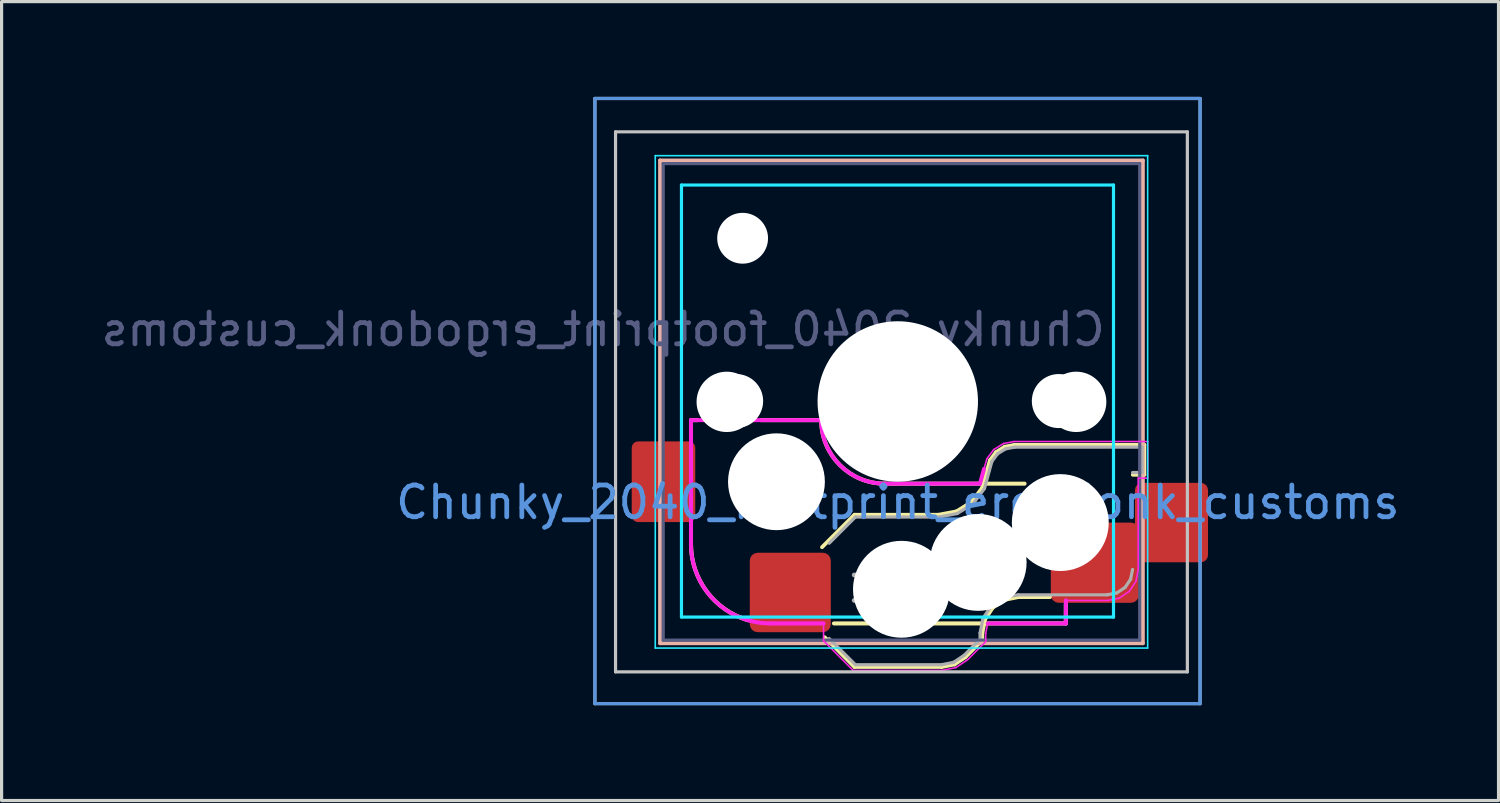
<source format=kicad_pcb>
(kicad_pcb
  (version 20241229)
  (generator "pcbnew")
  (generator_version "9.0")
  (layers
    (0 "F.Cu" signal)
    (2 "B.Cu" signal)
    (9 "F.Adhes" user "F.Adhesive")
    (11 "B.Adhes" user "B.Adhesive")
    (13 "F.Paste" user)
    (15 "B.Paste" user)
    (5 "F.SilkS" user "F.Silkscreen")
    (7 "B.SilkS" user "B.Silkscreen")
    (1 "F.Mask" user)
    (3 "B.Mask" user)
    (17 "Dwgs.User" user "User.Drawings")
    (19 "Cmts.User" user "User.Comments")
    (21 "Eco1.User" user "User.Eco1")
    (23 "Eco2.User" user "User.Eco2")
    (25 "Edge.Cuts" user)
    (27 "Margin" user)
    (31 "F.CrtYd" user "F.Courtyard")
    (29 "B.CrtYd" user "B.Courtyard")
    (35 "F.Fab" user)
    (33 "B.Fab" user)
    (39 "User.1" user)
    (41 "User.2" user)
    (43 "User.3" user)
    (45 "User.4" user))
  (footprint "Chunky_2040_footprint_ergodonk_customs"
    (layer "F.Cu")
    (at 25.211 9.588)
    (property "Reference" "Chunky_2040_footprint_ergodonk_customs" (at 0 3.175 0) (layer "Cmts.User") (effects (font (size 1 1) (thickness 0.15))))
    (attr smd)
    (fp_line (start -6.509 4.487) (end -6.509 3.887) (stroke (width 0.12) (type solid)) (layer "F.SilkS"))
    (fp_line (start -6.509 0.587) (end -6.309 0.587) (stroke (width 0.127) (type solid)) (layer "F.SilkS"))
    (fp_line (start -4.309 0.587) (end -2.409 0.587) (stroke (width 0.127) (type solid)) (layer "F.SilkS"))
    (fp_line (start -2.3 7.421) (end -1.363 8.358) (stroke (width 0.12) (type solid)) (layer "F.SilkS"))
    (fp_line (start -1.363 8.358) (end 1.384 8.358) (stroke (width 0.12) (type solid)) (layer "F.SilkS"))
    (fp_line (start -1.363 3.566) (end -2.384 4.587) (stroke (width 0.12) (type solid)) (layer "F.SilkS"))
    (fp_line (start -0.409 2.587) (end 3.991 2.587) (stroke (width 0.127) (type solid)) (layer "F.SilkS"))
    (fp_line (start 1.284 3.566) (end -1.363 3.566) (stroke (width 0.12) (type solid)) (layer "F.SilkS"))
    (fp_line (start 1.384 8.358) (end 1.787 8.278) (stroke (width 0.12) (type solid)) (layer "F.SilkS"))
    (fp_line (start 1.787 8.278) (end 2.129 8.049) (stroke (width 0.12) (type solid)) (layer "F.SilkS"))
    (fp_line (start 1.846 3.461) (end 1.284 3.566) (stroke (width 0.12) (type solid)) (layer "F.SilkS"))
    (fp_line (start 2.129 8.049) (end 2.662 7.516) (stroke (width 0.12) (type solid)) (layer "F.SilkS"))
    (fp_line (start 2.325 3.162) (end 1.846 3.461) (stroke (width 0.12) (type solid)) (layer "F.SilkS"))
    (fp_line (start 2.662 7.516) (end 2.662 7.294) (stroke (width 0.12) (type solid)) (layer "F.SilkS"))
    (fp_line (start 2.662 7.294) (end 2.749 6.856) (stroke (width 0.12) (type solid)) (layer "F.SilkS"))
    (fp_line (start 2.663 2.709) (end 2.325 3.162) (stroke (width 0.12) (type solid)) (layer "F.SilkS"))
    (fp_line (start 2.749 6.856) (end 2.993 6.489) (stroke (width 0.12) (type solid)) (layer "F.SilkS"))
    (fp_line (start 2.817 2.151) (end 2.663 2.709) (stroke (width 0.12) (type solid)) (layer "F.SilkS"))
    (fp_line (start 2.899 1.853) (end 2.817 2.151) (stroke (width 0.12) (type solid)) (layer "F.SilkS"))
    (fp_line (start 2.993 6.489) (end 3.36 6.245) (stroke (width 0.12) (type solid)) (layer "F.SilkS"))
    (fp_line (start 3.092 1.595) (end 2.899 1.853) (stroke (width 0.12) (type solid)) (layer "F.SilkS"))
    (fp_line (start 3.36 6.245) (end 3.798 6.158) (stroke (width 0.12) (type solid)) (layer "F.SilkS"))
    (fp_line (start 3.366 1.425) (end 3.092 1.595) (stroke (width 0.12) (type solid)) (layer "F.SilkS"))
    (fp_line (start 3.676 1.366) (end 3.366 1.425) (stroke (width 0.12) (type solid)) (layer "F.SilkS"))
    (fp_line (start 3.798 6.158) (end 4.791 6.158) (stroke (width 0.12) (type solid)) (layer "F.SilkS"))
    (fp_line (start 5.291 6.987) (end -2.009 6.987) (stroke (width 0.127) (type solid)) (layer "F.SilkS"))
    (fp_line (start 5.291 6.987) (end 5.291 6.387) (stroke (width 0.127) (type solid)) (layer "F.SilkS"))
    (fp_line (start 7.399 2.308) (end 7.762 2.308) (stroke (width 0.12) (type solid)) (layer "F.SilkS"))
    (fp_line (start 7.762 1.366) (end 3.676 1.366) (stroke (width 0.12) (type solid)) (layer "F.SilkS"))
    (fp_line (start 7.762 2.308) (end 7.762 1.366) (stroke (width 0.12) (type solid)) (layer "F.SilkS"))
    (fp_arc (start -4.709287 6.887307) (mid -6.009287 5.987306) (end -6.50929 4.487306) (stroke (width 0.127) (type solid)) (layer "F.SilkS"))
    (fp_arc (start -0.40929 2.587305) (mid -1.823502 2.00152) (end -2.409289 0.587309) (stroke (width 0.127) (type solid)) (layer "F.SilkS"))
    (fp_line (start -7.484 -7.588) (end 7.716 -7.588) (stroke (width 0.12) (type solid)) (layer "B.SilkS"))
    (fp_line (start -7.484 7.612) (end -7.484 -7.588) (stroke (width 0.12) (type solid)) (layer "B.SilkS"))
    (fp_line (start 7.716 -7.588) (end 7.716 7.612) (stroke (width 0.12) (type solid)) (layer "B.SilkS"))
    (fp_line (start 7.716 7.612) (end -7.484 7.612) (stroke (width 0.12) (type solid)) (layer "B.SilkS"))
    (fp_line (start -9.534 -9.538) (end -9.534 9.512) (stroke (width 0.1) (type solid)) (layer "Dwgs.User"))
    (fp_line (start -8.884 8.512) (end -8.884 -8.488) (stroke (width 0.1) (type solid)) (layer "Dwgs.User"))
    (fp_line (start -8.884 -8.488) (end 9.116 -8.488) (stroke (width 0.1) (type solid)) (layer "Dwgs.User"))
    (fp_line (start 9.116 -8.488) (end 9.116 8.512) (stroke (width 0.1) (type solid)) (layer "Dwgs.User"))
    (fp_line (start 9.116 8.512) (end -8.884 8.512) (stroke (width 0.1) (type solid)) (layer "Dwgs.User"))
    (fp_line (start 9.516 9.512) (end -9.534 9.512) (stroke (width 0.1) (type solid)) (layer "Dwgs.User"))
    (fp_line (start 9.516 9.512) (end 9.516 -9.538) (stroke (width 0.1) (type solid)) (layer "Dwgs.User"))
    (fp_line (start 9.516 -9.538) (end -9.534 -9.538) (stroke (width 0.1) (type solid)) (layer "Dwgs.User"))
    (fp_line (start -9.534 -9.538) (end -9.534 9.512) (stroke (width 0.1) (type solid)) (layer "Cmts.User"))
    (fp_line (start 9.516 9.512) (end -9.534 9.512) (stroke (width 0.1) (type solid)) (layer "Cmts.User"))
    (fp_line (start 9.516 9.512) (end 9.516 -9.538) (stroke (width 0.1) (type solid)) (layer "Cmts.User"))
    (fp_line (start 9.516 -9.538) (end -9.534 -9.538) (stroke (width 0.1) (type solid)) (layer "Cmts.User"))
    (fp_line (start -7.134 7.262) (end -7.134 -7.238) (stroke (width 0.1) (type solid)) (layer "Eco1.User"))
    (fp_line (start -7.134 -7.238) (end 7.366 -7.238) (stroke (width 0.1) (type solid)) (layer "Eco1.User"))
    (fp_line (start -7.009 6.487) (end -7.009 -6.513) (stroke (width 0.1) (type solid)) (layer "Eco1.User"))
    (fp_line (start -6.509 -7.013) (end 6.491 -7.013) (stroke (width 0.1) (type solid)) (layer "Eco1.User"))
    (fp_line (start 6.491 6.987) (end -6.509 6.987) (stroke (width 0.1) (type solid)) (layer "Eco1.User"))
    (fp_line (start 6.991 -6.513) (end 6.991 6.487) (stroke (width 0.1) (type solid)) (layer "Eco1.User"))
    (fp_line (start 7.366 -7.238) (end 7.366 7.262) (stroke (width 0.1) (type solid)) (layer "Eco1.User"))
    (fp_line (start 7.366 7.262) (end -7.134 7.262) (stroke (width 0.1) (type solid)) (layer "Eco1.User"))
    (fp_arc (start -7.009284 -6.512692) (mid -6.862838 -6.866244) (end -6.509289 -7.012695) (stroke (width 0.1) (type solid)) (layer "Eco1.User"))
    (fp_arc (start -6.509286 6.987304) (mid -6.862838 6.840857) (end -7.009287 6.487307) (stroke (width 0.1) (type solid)) (layer "Eco1.User"))
    (fp_arc (start 6.490708 -7.012692) (mid 6.844252 -6.866243) (end 6.990715 -6.512696) (stroke (width 0.1) (type solid)) (layer "Eco1.User"))
    (fp_arc (start 6.990712 6.487304) (mid 6.844266 6.840858) (end 6.490716 6.987309) (stroke (width 0.1) (type solid)) (layer "Eco1.User"))
    (fp_line (start -7.634 -7.738) (end 7.866 -7.738) (stroke (width 0.05) (type solid)) (layer "B.CrtYd"))
    (fp_line (start -7.634 7.762) (end -7.634 -7.738) (stroke (width 0.05) (type solid)) (layer "B.CrtYd"))
    (fp_line (start -6.809 -6.813) (end -6.809 6.787) (stroke (width 0.1) (type solid)) (layer "B.CrtYd"))
    (fp_line (start -6.809 -6.813) (end 6.791 -6.813) (stroke (width 0.1) (type solid)) (layer "B.CrtYd"))
    (fp_line (start 6.791 6.787) (end -6.809 6.787) (stroke (width 0.1) (type solid)) (layer "B.CrtYd"))
    (fp_line (start 6.791 6.787) (end 6.791 -6.813) (stroke (width 0.1) (type solid)) (layer "B.CrtYd"))
    (fp_line (start 7.866 7.762) (end -7.634 7.762) (stroke (width 0.05) (type solid)) (layer "B.CrtYd"))
    (fp_line (start 7.866 -7.738) (end 7.866 7.762) (stroke (width 0.05) (type solid)) (layer "B.CrtYd"))
    (fp_line (start -6.509 4.487) (end -6.509 0.587) (stroke (width 0.127) (type solid)) (layer "F.CrtYd"))
    (fp_line (start -6.509 0.587) (end -2.409 0.587) (stroke (width 0.127) (type solid)) (layer "F.CrtYd"))
    (fp_line (start -2.336 6.987) (end -4.009 6.987) (stroke (width 0.127) (type solid)) (layer "F.CrtYd"))
    (fp_line (start -2.336 7.535) (end -2.336 6.98) (stroke (width 0.05) (type default)) (layer "F.CrtYd"))
    (fp_line (start -2.336 7.535) (end -1.407 8.464) (stroke (width 0.05) (type solid)) (layer "F.CrtYd"))
    (fp_line (start -1.407 8.464) (end 1.394 8.464) (stroke (width 0.05) (type solid)) (layer "F.CrtYd"))
    (fp_line (start -0.409 2.587) (end 2.59 2.587) (stroke (width 0.127) (type solid)) (layer "F.CrtYd"))
    (fp_line (start 1.394 8.464) (end 1.828 8.378) (stroke (width 0.05) (type solid)) (layer "F.CrtYd"))
    (fp_line (start 1.828 8.378) (end 2.197 8.131) (stroke (width 0.05) (type solid)) (layer "F.CrtYd"))
    (fp_line (start 2.197 8.131) (end 2.768 7.56) (stroke (width 0.05) (type solid)) (layer "F.CrtYd"))
    (fp_line (start 2.715 2.123) (end 2.59 2.58) (stroke (width 0.127) (type solid)) (layer "F.CrtYd"))
    (fp_line (start 2.768 7.304) (end 2.832 6.98) (stroke (width 0.05) (type solid)) (layer "F.CrtYd"))
    (fp_line (start 2.768 7.56) (end 2.768 7.304) (stroke (width 0.05) (type solid)) (layer "F.CrtYd"))
    (fp_line (start 2.803 1.806) (end 2.715 2.123) (stroke (width 0.05) (type solid)) (layer "F.CrtYd"))
    (fp_line (start 3.019 1.515) (end 2.803 1.806) (stroke (width 0.05) (type solid)) (layer "F.CrtYd"))
    (fp_line (start 3.327 1.324) (end 3.019 1.515) (stroke (width 0.05) (type solid)) (layer "F.CrtYd"))
    (fp_line (start 3.666 1.26) (end 3.327 1.324) (stroke (width 0.05) (type solid)) (layer "F.CrtYd"))
    (fp_line (start 5.29 6.264) (end 6.608 6.264) (stroke (width 0.05) (type solid)) (layer "F.CrtYd"))
    (fp_line (start 5.29 6.987) (end 5.291 6.264) (stroke (width 0.127) (type solid)) (layer "F.CrtYd"))
    (fp_line (start 5.291 6.987) (end 2.832 6.987) (stroke (width 0.127) (type solid)) (layer "F.CrtYd"))
    (fp_line (start 6.608 6.264) (end 6.966 6.193) (stroke (width 0.05) (type solid)) (layer "F.CrtYd"))
    (fp_line (start 6.966 6.193) (end 7.284 5.98) (stroke (width 0.05) (type solid)) (layer "F.CrtYd"))
    (fp_line (start 7.284 5.98) (end 7.497 5.662) (stroke (width 0.05) (type solid)) (layer "F.CrtYd"))
    (fp_line (start 7.497 5.662) (end 7.568 5.304) (stroke (width 0.05) (type solid)) (layer "F.CrtYd"))
    (fp_line (start 7.568 2.414) (end 7.868 2.414) (stroke (width 0.05) (type solid)) (layer "F.CrtYd"))
    (fp_line (start 7.568 5.304) (end 7.568 2.414) (stroke (width 0.05) (type solid)) (layer "F.CrtYd"))
    (fp_line (start 7.868 1.26) (end 3.666 1.26) (stroke (width 0.05) (type solid)) (layer "F.CrtYd"))
    (fp_line (start 7.868 2.414) (end 7.868 1.26) (stroke (width 0.05) (type solid)) (layer "F.CrtYd"))
    (fp_arc (start -4.009287 6.987305) (mid -5.777053 6.255071) (end -6.50929 4.487306) (stroke (width 0.127) (type solid)) (layer "F.CrtYd"))
    (fp_arc (start -0.40929 2.587305) (mid -1.823502 2.00152) (end -2.409289 0.587309) (stroke (width 0.127) (type solid)) (layer "F.CrtYd"))
    (fp_line (start -7.384 -7.488) (end 7.616 -7.488) (stroke (width 0.1) (type solid)) (layer "B.Fab"))
    (fp_line (start -7.384 7.512) (end -7.384 -7.488) (stroke (width 0.1) (type solid)) (layer "B.Fab"))
    (fp_line (start 7.616 7.512) (end -7.384 7.512) (stroke (width 0.1) (type solid)) (layer "B.Fab"))
    (fp_line (start 7.616 -7.488) (end 7.616 7.512) (stroke (width 0.1) (type solid)) (layer "B.Fab"))
    (fp_line (start -2.159 7.462) (end -1.334 8.287) (stroke (width 0.1) (type solid)) (layer "F.Fab"))
    (fp_line (start -1.334 3.637) (end -2.159 4.462) (stroke (width 0.1) (type solid)) (layer "F.Fab"))
    (fp_line (start -1.334 8.287) (end 1.377 8.287) (stroke (width 0.1) (type solid)) (layer "F.Fab"))
    (fp_line (start 1.291 3.637) (end -1.334 3.637) (stroke (width 0.1) (type solid)) (layer "F.Fab"))
    (fp_line (start 1.377 8.287) (end 1.759 8.211) (stroke (width 0.1) (type solid)) (layer "F.Fab"))
    (fp_line (start 1.759 8.211) (end 2.084 7.994) (stroke (width 0.1) (type solid)) (layer "F.Fab"))
    (fp_line (start 1.872 3.528) (end 1.291 3.637) (stroke (width 0.1) (type solid)) (layer "F.Fab"))
    (fp_line (start 2.084 7.994) (end 2.591 7.487) (stroke (width 0.1) (type solid)) (layer "F.Fab"))
    (fp_line (start 2.374 3.215) (end 1.872 3.528) (stroke (width 0.1) (type solid)) (layer "F.Fab"))
    (fp_line (start 2.591 7.487) (end 2.591 7.287) (stroke (width 0.1) (type solid)) (layer "F.Fab"))
    (fp_line (start 2.591 7.287) (end 2.682 6.828) (stroke (width 0.1) (type solid)) (layer "F.Fab"))
    (fp_line (start 2.682 6.828) (end 2.942 6.438) (stroke (width 0.1) (type solid)) (layer "F.Fab"))
    (fp_line (start 2.728 2.741) (end 2.374 3.215) (stroke (width 0.1) (type solid)) (layer "F.Fab"))
    (fp_line (start 2.885 2.17) (end 2.728 2.741) (stroke (width 0.1) (type solid)) (layer "F.Fab"))
    (fp_line (start 2.942 6.438) (end 3.332 6.178) (stroke (width 0.1) (type solid)) (layer "F.Fab"))
    (fp_line (start 2.964 1.885) (end 2.885 2.17) (stroke (width 0.1) (type solid)) (layer "F.Fab"))
    (fp_line (start 3.141 1.648) (end 2.964 1.885) (stroke (width 0.1) (type solid)) (layer "F.Fab"))
    (fp_line (start 3.332 6.178) (end 3.791 6.087) (stroke (width 0.1) (type solid)) (layer "F.Fab"))
    (fp_line (start 3.392 1.492) (end 3.141 1.648) (stroke (width 0.1) (type solid)) (layer "F.Fab"))
    (fp_line (start 3.683 1.437) (end 3.392 1.492) (stroke (width 0.1) (type solid)) (layer "F.Fab"))
    (fp_line (start 3.791 6.087) (end 6.591 6.087) (stroke (width 0.1) (type solid)) (layer "F.Fab"))
    (fp_line (start 6.591 6.087) (end 6.897 6.026) (stroke (width 0.1) (type solid)) (layer "F.Fab"))
    (fp_line (start 6.897 6.026) (end 7.157 5.853) (stroke (width 0.1) (type solid)) (layer "F.Fab"))
    (fp_line (start 7.157 5.853) (end 7.33 5.593) (stroke (width 0.1) (type solid)) (layer "F.Fab"))
    (fp_line (start 7.33 5.593) (end 7.391 5.287) (stroke (width 0.1) (type solid)) (layer "F.Fab"))
    (fp_line (start 7.391 2.237) (end 7.691 2.237) (stroke (width 0.1) (type solid)) (layer "F.Fab"))
    (fp_line (start 7.691 2.237) (end 7.691 1.437) (stroke (width 0.1) (type solid)) (layer "F.Fab"))
    (fp_line (start 7.691 1.437) (end 3.683 1.437) (stroke (width 0.1) (type solid)) (layer "F.Fab"))
    (fp_text user "${REFERENCE}" (at 6.61 -2.27 0) (layer "B.Fab") (effects (font (size 1 1) (thickness 0.15)) (justify left mirror)))
    (fp_text user "HOLE" (at 0 5.9 0) (layer "F.Fab") (effects (font (size 0.8 0.8) (thickness 0.15)) (justify mirror)))
    (pad "" np_thru_hole circle (at -5.384 0.012 180) (size 1.9 1.9) (drill 1.9) (layers "*.Cu" "*.Mask"))
    (pad "" np_thru_hole circle (at -5.089 -0.013 180) (size 1.702 1.702) (drill 1.702) (layers "*.Cu" "*.Mask"))
    (pad "" np_thru_hole circle (at -4.884 -5.138 180) (size 1.6 1.6) (drill 1.6) (layers "*.Cu" "*.Mask"))
    (pad "" np_thru_hole circle (at -3.819 2.527 270) (size 3.048 3.048) (drill 3.048) (layers "*.Cu" "*.Mask"))
    (pad "" np_thru_hole circle (at 0 0 180) (size 5.05 5.05) (drill 5.05) (layers "*.Cu" "*.Mask"))
    (pad "" np_thru_hole circle (at 0.116 5.912 180) (size 3.05 3.05) (drill 3.05) (layers "*.Cu" "*.Mask"))
    (pad "" np_thru_hole circle (at 2.531 5.067 180) (size 3.048 3.048) (drill 3.048) (layers "*.Cu" "*.Mask"))
    (pad "" np_thru_hole circle (at 5.071 -0.013 180) (size 1.702 1.702) (drill 1.702) (layers "*.Cu" "*.Mask"))
    (pad "" np_thru_hole circle (at 5.116 3.812 180) (size 3.05 3.05) (drill 3.05) (layers "*.Cu" "*.Mask"))
    (pad "" np_thru_hole circle (at 5.616 0.012 180) (size 1.9 1.9) (drill 1.9) (layers "*.Cu" "*.Mask"))
    (pad "5" smd roundrect (at -7.375 2.527 180) (size 2 2.54) (layers "F.Cu" "F.Mask" "F.Paste") (roundrect_rratio 0.1))
    (pad "5" smd roundrect (at -3.384 6.012 180) (size 2.55 2.5) (layers "F.Cu" "F.Mask" "F.Paste") (roundrect_rratio 0.1))
    (pad "6" smd roundrect (at 6.204 5.075 180) (size 2.774 2.525) (layers "F.Cu" "F.Mask" "F.Paste") (roundrect_rratio 0.1))
    (pad "6" smd roundrect (at 8.616 3.812 180) (size 2.3 2.5) (layers "F.Cu" "F.Mask" "F.Paste") (roundrect_rratio 0.1)))
  (gr_rect
    (start -3 -3)
    (end 44.122 22.15)
    (stroke (width 0.1) (type default))
    (fill no)
    (layer "Edge.Cuts")))
</source>
